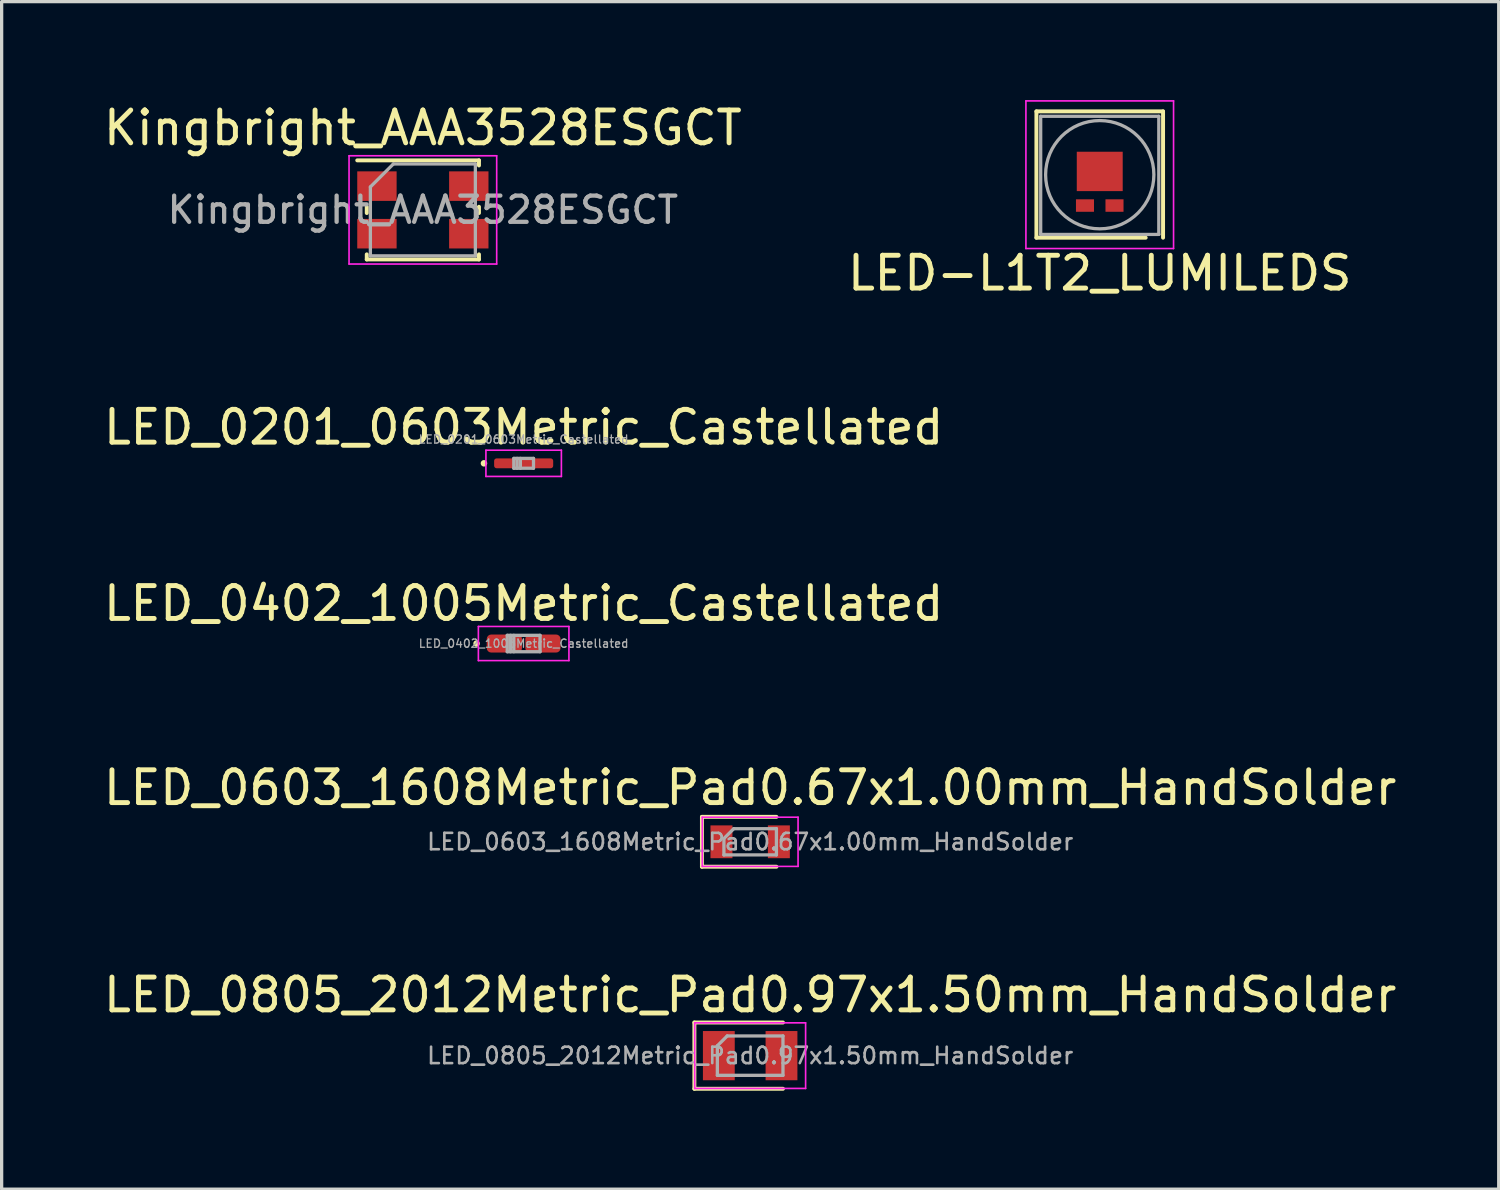
<source format=kicad_pcb>
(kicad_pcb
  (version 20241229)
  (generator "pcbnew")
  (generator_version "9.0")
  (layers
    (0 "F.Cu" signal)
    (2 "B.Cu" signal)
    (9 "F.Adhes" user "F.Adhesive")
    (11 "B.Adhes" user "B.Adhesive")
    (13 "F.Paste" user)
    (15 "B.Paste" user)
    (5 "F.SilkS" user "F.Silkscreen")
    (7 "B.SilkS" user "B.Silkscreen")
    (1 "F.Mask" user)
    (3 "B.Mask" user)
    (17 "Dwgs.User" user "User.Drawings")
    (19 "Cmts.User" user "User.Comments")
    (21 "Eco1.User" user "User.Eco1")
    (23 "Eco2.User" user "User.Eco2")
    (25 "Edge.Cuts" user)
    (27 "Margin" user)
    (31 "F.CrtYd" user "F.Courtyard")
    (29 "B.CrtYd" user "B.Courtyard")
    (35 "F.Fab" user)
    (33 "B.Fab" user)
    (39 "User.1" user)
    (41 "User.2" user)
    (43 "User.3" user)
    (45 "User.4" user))
  (footprint "LED-L1T2_LUMILEDS"
    (layer "F.Cu")
    (at 30.47 2.695)
    (property "Reference" "LED-L1T2_LUMILEDS" (at 0 2.58 0) (layer "F.SilkS") (effects (font (size 1 1) (thickness 0.15))))
    (attr smd)
    (fp_line (start -1.93 -2.35) (end 1.93 -2.35) (stroke (width 0.12) (type solid)) (layer "F.SilkS"))
    (fp_line (start -1.93 1.5) (end -1.93 -2.35) (stroke (width 0.12) (type solid)) (layer "F.SilkS"))
    (fp_line (start 1.4 1.5) (end -1.93 1.5) (stroke (width 0.12) (type solid)) (layer "F.SilkS"))
    (fp_line (start 1.93 -2.35) (end 1.93 1.5) (stroke (width 0.12) (type solid)) (layer "F.SilkS"))
    (fp_line (start -2.25 -2.67) (end 2.25 -2.67) (stroke (width 0.05) (type solid)) (layer "F.CrtYd"))
    (fp_line (start -2.25 1.83) (end -2.25 -2.67) (stroke (width 0.05) (type solid)) (layer "F.CrtYd"))
    (fp_line (start 2.25 -2.67) (end 2.25 1.83) (stroke (width 0.05) (type solid)) (layer "F.CrtYd"))
    (fp_line (start 2.25 1.83) (end -2.25 1.83) (stroke (width 0.05) (type solid)) (layer "F.CrtYd"))
    (fp_line (start -1.8 -2.2) (end -1.8 1.4) (stroke (width 0.1) (type solid)) (layer "F.Fab"))
    (fp_line (start -1.8 -2.2) (end 1.8 -2.2) (stroke (width 0.1) (type solid)) (layer "F.Fab"))
    (fp_line (start -1.8 1.4) (end 1.8 1.4) (stroke (width 0.1) (type solid)) (layer "F.Fab"))
    (fp_line (start 1.8 1.4) (end 1.8 -2.2) (stroke (width 0.1) (type solid)) (layer "F.Fab"))
    (fp_circle (center 0 -0.42) (end 0 -2.07) (stroke (width 0.1) (type solid)) (fill no) (layer "F.Fab"))
    (pad "1" smd rect (at 0.45 0.52) (size 0.55 0.38) (layers "F.Cu" "F.Mask" "F.Paste"))
    (pad "2" smd rect (at -0.45 0.52) (size 0.55 0.38) (layers "F.Cu" "F.Mask" "F.Paste"))
    (pad "3" smd rect (at 0 -0.52) (size 1.4 1.2) (layers "F.Cu" "F.Mask" "F.Paste")))
  (footprint "LED_0201_0603Metric_Castellated"
    (layer "F.Cu")
    (at 12.911 11.072)
    (property "Reference" "LED_0201_0603Metric_Castellated" (at 0 -1.1 0) (layer "F.SilkS") (effects (font (size 1 1) (thickness 0.15))))
    (attr smd)
    (fp_circle (center -1.21 0) (end -1.16 0) (stroke (width 0.1) (type solid)) (fill no) (layer "F.SilkS"))
    (fp_line (start -1.15 -0.4) (end 1.15 -0.4) (stroke (width 0.05) (type solid)) (layer "F.CrtYd"))
    (fp_line (start -1.15 0.4) (end -1.15 -0.4) (stroke (width 0.05) (type solid)) (layer "F.CrtYd"))
    (fp_line (start 1.15 -0.4) (end 1.15 0.4) (stroke (width 0.05) (type solid)) (layer "F.CrtYd"))
    (fp_line (start 1.15 0.4) (end -1.15 0.4) (stroke (width 0.05) (type solid)) (layer "F.CrtYd"))
    (fp_line (start -0.3 -0.15) (end 0.3 -0.15) (stroke (width 0.1) (type solid)) (layer "F.Fab"))
    (fp_line (start -0.3 0.15) (end -0.3 -0.15) (stroke (width 0.1) (type solid)) (layer "F.Fab"))
    (fp_line (start -0.2 0.15) (end -0.2 -0.15) (stroke (width 0.1) (type solid)) (layer "F.Fab"))
    (fp_line (start -0.1 0.15) (end -0.1 -0.15) (stroke (width 0.1) (type solid)) (layer "F.Fab"))
    (fp_line (start 0.3 -0.15) (end 0.3 0.15) (stroke (width 0.1) (type solid)) (layer "F.Fab"))
    (fp_line (start 0.3 0.15) (end -0.3 0.15) (stroke (width 0.1) (type solid)) (layer "F.Fab"))
    (fp_text user "${REFERENCE}" (at 0 -0.73 0) (layer "F.Fab") (effects (font (size 0.25 0.25) (thickness 0.04))))
    (pad "" smd roundrect (at -0.45 0) (size 0.71 0.27) (layers "F.Paste") (roundrect_rratio 0.25))
    (pad "" smd roundrect (at 0.45 0) (size 0.71 0.27) (layers "F.Paste") (roundrect_rratio 0.25))
    (pad "1" smd roundrect (at -0.425 0) (size 0.95 0.3) (layers "F.Cu" "F.Mask") (roundrect_rratio 0.25))
    (pad "2" smd roundrect (at 0.425 0) (size 0.95 0.3) (layers "F.Cu" "F.Mask") (roundrect_rratio 0.25)))
  (footprint "LED_0402_1005Metric_Castellated"
    (layer "F.Cu")
    (at 12.911 16.565)
    (property "Reference" "LED_0402_1005Metric_Castellated" (at 0 -1.22 0) (layer "F.SilkS") (effects (font (size 1 1) (thickness 0.15))))
    (attr smd)
    (fp_circle (center -1.435 0) (end -1.385 0) (stroke (width 0.1) (type solid)) (fill no) (layer "F.SilkS"))
    (fp_line (start -1.38 -0.52) (end 1.38 -0.52) (stroke (width 0.05) (type solid)) (layer "F.CrtYd"))
    (fp_line (start -1.38 0.52) (end -1.38 -0.52) (stroke (width 0.05) (type solid)) (layer "F.CrtYd"))
    (fp_line (start 1.38 -0.52) (end 1.38 0.52) (stroke (width 0.05) (type solid)) (layer "F.CrtYd"))
    (fp_line (start 1.38 0.52) (end -1.38 0.52) (stroke (width 0.05) (type solid)) (layer "F.CrtYd"))
    (fp_line (start -0.5 -0.25) (end 0.5 -0.25) (stroke (width 0.1) (type solid)) (layer "F.Fab"))
    (fp_line (start -0.5 0.25) (end -0.5 -0.25) (stroke (width 0.1) (type solid)) (layer "F.Fab"))
    (fp_line (start -0.4 0.25) (end -0.4 -0.25) (stroke (width 0.1) (type solid)) (layer "F.Fab"))
    (fp_line (start -0.3 0.25) (end -0.3 -0.25) (stroke (width 0.1) (type solid)) (layer "F.Fab"))
    (fp_line (start 0.5 -0.25) (end 0.5 0.25) (stroke (width 0.1) (type solid)) (layer "F.Fab"))
    (fp_line (start 0.5 0.25) (end -0.5 0.25) (stroke (width 0.1) (type solid)) (layer "F.Fab"))
    (fp_text user "${REFERENCE}" (at 0 0 0) (layer "F.Fab") (effects (font (size 0.25 0.25) (thickness 0.04))))
    (pad "1" smd roundrect (at -0.588 0) (size 1.075 0.55) (layers "F.Cu" "F.Mask" "F.Paste") (roundrect_rratio 0.25))
    (pad "2" smd roundrect (at 0.588 0) (size 1.075 0.55) (layers "F.Cu" "F.Mask" "F.Paste") (roundrect_rratio 0.25)))
  (footprint "LED_0603_1608Metric_Pad0.67x1.00mm_HandSolder"
    (layer "F.Cu")
    (at 19.815 22.608)
    (property "Reference" "LED_0603_1608Metric_Pad0.67x1.00mm_HandSolder" (at 0 -1.65 0) (layer "F.SilkS") (effects (font (size 1 1) (thickness 0.15))))
    (attr smd)
    (fp_line (start -1.47 -0.76) (end -1.47 0.76) (stroke (width 0.12) (type solid)) (layer "F.SilkS"))
    (fp_line (start -1.47 0.76) (end 0.8 0.76) (stroke (width 0.12) (type solid)) (layer "F.SilkS"))
    (fp_line (start 0.8 -0.76) (end -1.47 -0.76) (stroke (width 0.12) (type solid)) (layer "F.SilkS"))
    (fp_line (start -1.46 -0.75) (end 1.46 -0.75) (stroke (width 0.05) (type solid)) (layer "F.CrtYd"))
    (fp_line (start -1.46 0.75) (end -1.46 -0.75) (stroke (width 0.05) (type solid)) (layer "F.CrtYd"))
    (fp_line (start 1.46 -0.75) (end 1.46 0.75) (stroke (width 0.05) (type solid)) (layer "F.CrtYd"))
    (fp_line (start 1.46 0.75) (end -1.46 0.75) (stroke (width 0.05) (type solid)) (layer "F.CrtYd"))
    (fp_line (start -0.8 -0.1) (end -0.8 0.4) (stroke (width 0.1) (type solid)) (layer "F.Fab"))
    (fp_line (start -0.8 0.4) (end 0.8 0.4) (stroke (width 0.1) (type solid)) (layer "F.Fab"))
    (fp_line (start -0.5 -0.4) (end -0.8 -0.1) (stroke (width 0.1) (type solid)) (layer "F.Fab"))
    (fp_line (start 0.8 -0.4) (end -0.5 -0.4) (stroke (width 0.1) (type solid)) (layer "F.Fab"))
    (fp_line (start 0.8 0.4) (end 0.8 -0.4) (stroke (width 0.1) (type solid)) (layer "F.Fab"))
    (fp_text user "${REFERENCE}" (at 0 0 0) (layer "F.Fab") (effects (font (size 0.5 0.5) (thickness 0.08))))
    (pad "1" smd rect (at -0.875 0) (size 0.67 1) (layers "F.Cu" "F.Mask" "F.Paste"))
    (pad "2" smd rect (at 0.875 0) (size 0.67 1) (layers "F.Cu" "F.Mask" "F.Paste")))
  (footprint "Kingbright_AAA3528ESGCT"
    (layer "F.Cu")
    (at 9.839 3.348)
    (property "Reference" "Kingbright_AAA3528ESGCT" (at 0 -2.5 0) (layer "F.SilkS") (effects (font (size 1 1) (thickness 0.15))))
    (attr smd)
    (fp_line (start -2 -1.51) (end 1.71 -1.51) (stroke (width 0.12) (type solid)) (layer "F.SilkS"))
    (fp_line (start -1.71 -0.095) (end -1.71 0.095) (stroke (width 0.12) (type solid)) (layer "F.SilkS"))
    (fp_line (start -1.71 1.355) (end -1.71 1.51) (stroke (width 0.12) (type solid)) (layer "F.SilkS"))
    (fp_line (start -1.71 1.51) (end 1.71 1.51) (stroke (width 0.12) (type solid)) (layer "F.SilkS"))
    (fp_line (start 1.71 -1.355) (end 1.71 -1.51) (stroke (width 0.12) (type solid)) (layer "F.SilkS"))
    (fp_line (start 1.71 -0.095) (end 1.71 0.095) (stroke (width 0.12) (type solid)) (layer "F.SilkS"))
    (fp_line (start 1.71 1.355) (end 1.71 1.51) (stroke (width 0.12) (type solid)) (layer "F.SilkS"))
    (fp_line (start -2.25 -1.65) (end -2.25 1.65) (stroke (width 0.05) (type solid)) (layer "F.CrtYd"))
    (fp_line (start -2.25 -1.65) (end 2.25 -1.65) (stroke (width 0.05) (type solid)) (layer "F.CrtYd"))
    (fp_line (start -2.25 1.65) (end 2.25 1.65) (stroke (width 0.05) (type solid)) (layer "F.CrtYd"))
    (fp_line (start 2.25 -1.65) (end 2.25 1.65) (stroke (width 0.05) (type solid)) (layer "F.CrtYd"))
    (fp_line (start -1.6 1.4) (end -1.6 -0.7) (stroke (width 0.1) (type solid)) (layer "F.Fab"))
    (fp_line (start -0.9 -1.4) (end -1.6 -0.7) (stroke (width 0.1) (type solid)) (layer "F.Fab"))
    (fp_line (start -0.9 -1.4) (end 1.6 -1.4) (stroke (width 0.1) (type solid)) (layer "F.Fab"))
    (fp_line (start 1.6 -1.4) (end 1.6 1.4) (stroke (width 0.1) (type solid)) (layer "F.Fab"))
    (fp_line (start 1.6 1.4) (end -1.6 1.4) (stroke (width 0.1) (type solid)) (layer "F.Fab"))
    (fp_text user "${REFERENCE}" (at 0 0 0) (layer "F.Fab") (effects (font (size 0.8 0.8) (thickness 0.13))))
    (pad "1" smd rect (at -1.4 -0.725) (size 1.2 0.9) (layers "F.Cu" "F.Mask" "F.Paste"))
    (pad "2" smd rect (at 1.4 -0.725) (size 1.2 0.9) (layers "F.Cu" "F.Mask" "F.Paste"))
    (pad "3" smd rect (at 1.4 0.725) (size 1.2 0.9) (layers "F.Cu" "F.Mask" "F.Paste"))
    (pad "4" smd rect (at -1.4 0.725) (size 1.2 0.9) (layers "F.Cu" "F.Mask" "F.Paste")))
  (footprint "LED_0805_2012Metric_Pad0.97x1.50mm_HandSolder"
    (layer "F.Cu")
    (at 19.815 29.126)
    (property "Reference" "LED_0805_2012Metric_Pad0.97x1.50mm_HandSolder" (at 0 -1.85 0) (layer "F.SilkS") (effects (font (size 1 1) (thickness 0.15))))
    (attr smd)
    (fp_line (start -1.7 -1.01) (end -1.7 1.01) (stroke (width 0.12) (type solid)) (layer "F.SilkS"))
    (fp_line (start -1.7 1.01) (end 1 1.01) (stroke (width 0.12) (type solid)) (layer "F.SilkS"))
    (fp_line (start 1 -1.01) (end -1.7 -1.01) (stroke (width 0.12) (type solid)) (layer "F.SilkS"))
    (fp_line (start -1.69 -1) (end 1.69 -1) (stroke (width 0.05) (type solid)) (layer "F.CrtYd"))
    (fp_line (start -1.69 1) (end -1.69 -1) (stroke (width 0.05) (type solid)) (layer "F.CrtYd"))
    (fp_line (start 1.69 -1) (end 1.69 1) (stroke (width 0.05) (type solid)) (layer "F.CrtYd"))
    (fp_line (start 1.69 1) (end -1.69 1) (stroke (width 0.05) (type solid)) (layer "F.CrtYd"))
    (fp_line (start -1 -0.3) (end -1 0.6) (stroke (width 0.1) (type solid)) (layer "F.Fab"))
    (fp_line (start -1 0.6) (end 1 0.6) (stroke (width 0.1) (type solid)) (layer "F.Fab"))
    (fp_line (start -0.7 -0.6) (end -1 -0.3) (stroke (width 0.1) (type solid)) (layer "F.Fab"))
    (fp_line (start 1 -0.6) (end -0.7 -0.6) (stroke (width 0.1) (type solid)) (layer "F.Fab"))
    (fp_line (start 1 0.6) (end 1 -0.6) (stroke (width 0.1) (type solid)) (layer "F.Fab"))
    (fp_text user "${REFERENCE}" (at 0 0 0) (layer "F.Fab") (effects (font (size 0.5 0.5) (thickness 0.08))))
    (pad "1" smd rect (at -0.955 0) (size 0.97 1.5) (layers "F.Cu" "F.Mask" "F.Paste"))
    (pad "2" smd rect (at 0.955 0) (size 0.97 1.5) (layers "F.Cu" "F.Mask" "F.Paste")))
  (gr_rect
    (start -3 -3)
    (end 42.631 33.196)
    (stroke (width 0.1) (type default))
    (fill no)
    (layer "Edge.Cuts")))
</source>
